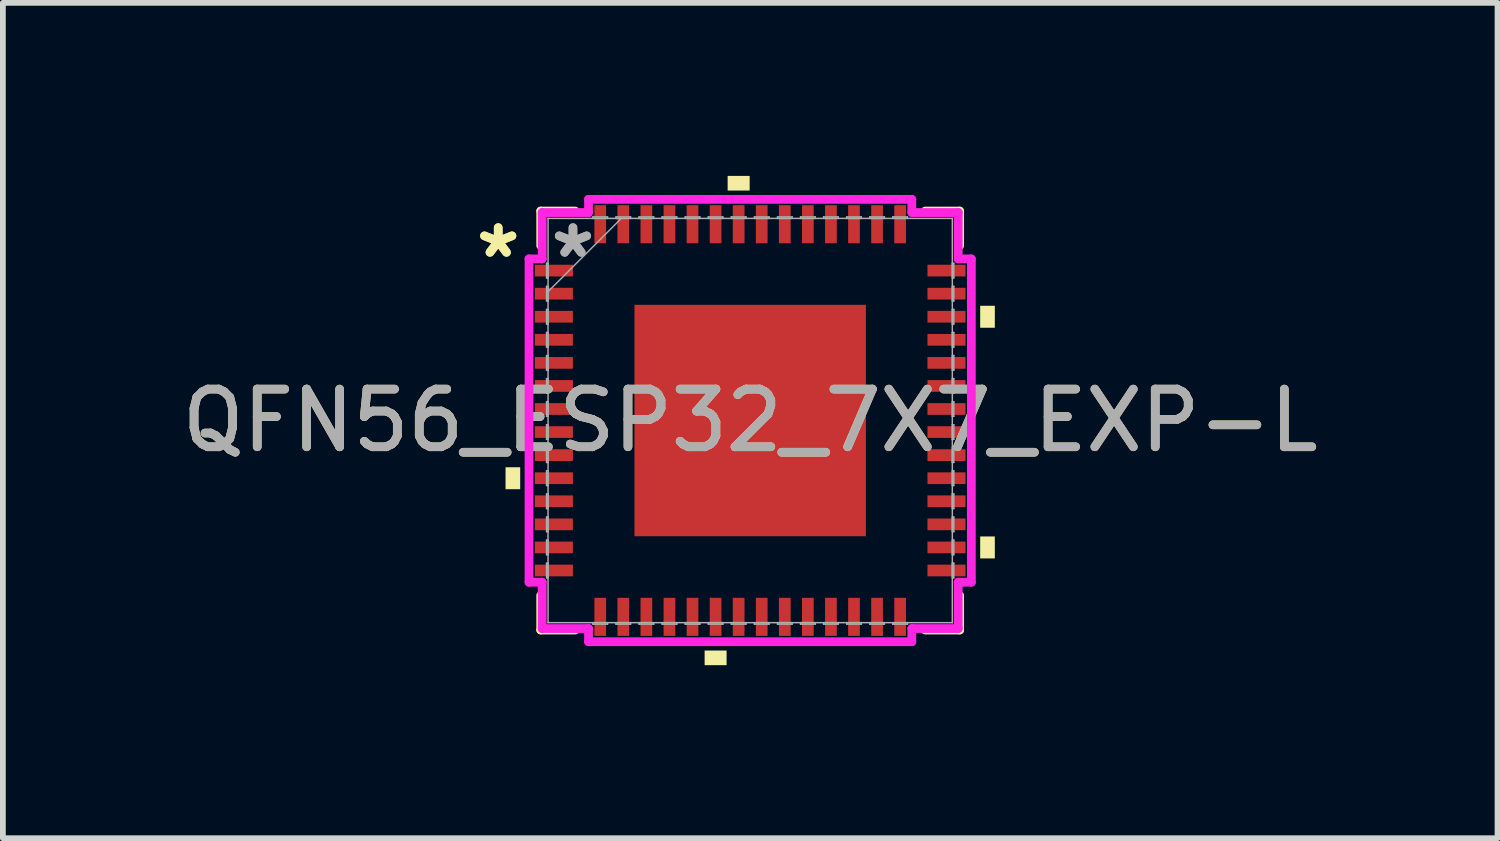
<source format=kicad_pcb>
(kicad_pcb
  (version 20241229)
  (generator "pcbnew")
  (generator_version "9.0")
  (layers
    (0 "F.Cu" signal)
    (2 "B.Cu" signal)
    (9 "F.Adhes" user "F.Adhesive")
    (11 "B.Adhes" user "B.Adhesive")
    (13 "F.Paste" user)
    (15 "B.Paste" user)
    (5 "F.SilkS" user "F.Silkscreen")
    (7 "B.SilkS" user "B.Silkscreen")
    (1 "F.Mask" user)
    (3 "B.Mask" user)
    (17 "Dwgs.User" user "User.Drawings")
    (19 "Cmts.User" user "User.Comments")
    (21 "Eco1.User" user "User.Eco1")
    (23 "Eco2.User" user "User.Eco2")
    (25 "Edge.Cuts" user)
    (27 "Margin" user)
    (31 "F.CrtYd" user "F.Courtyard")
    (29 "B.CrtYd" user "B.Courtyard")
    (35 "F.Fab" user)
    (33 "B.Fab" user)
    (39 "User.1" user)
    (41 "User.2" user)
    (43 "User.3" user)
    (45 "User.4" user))
  (footprint "QFN56_ESP32_7X7_EXP-L"
    (layer "F.Cu")
    (at 9.958 4.242)
    (property "Reference" "QFN56_ESP32_7X7_EXP-L" (at 0 0 0) (unlocked yes) (layer "F.SilkS") (effects (font (size 1 1) (thickness 0.15))))
    (attr smd)
    (fp_line (start -3.632 -3.632) (end -3.632 -3.034) (stroke (width 0.152) (type solid)) (layer "F.SilkS"))
    (fp_line (start -3.632 3.034) (end -3.632 3.632) (stroke (width 0.152) (type solid)) (layer "F.SilkS"))
    (fp_line (start -3.632 3.632) (end -3.034 3.632) (stroke (width 0.152) (type solid)) (layer "F.SilkS"))
    (fp_line (start -3.034 -3.632) (end -3.632 -3.632) (stroke (width 0.152) (type solid)) (layer "F.SilkS"))
    (fp_line (start 3.034 3.632) (end 3.632 3.632) (stroke (width 0.152) (type solid)) (layer "F.SilkS"))
    (fp_line (start 3.632 -3.632) (end 3.034 -3.632) (stroke (width 0.152) (type solid)) (layer "F.SilkS"))
    (fp_line (start 3.632 -3.034) (end 3.632 -3.632) (stroke (width 0.152) (type solid)) (layer "F.SilkS"))
    (fp_line (start 3.632 3.632) (end 3.632 3.034) (stroke (width 0.152) (type solid)) (layer "F.SilkS"))
    (fp_poly (pts (xy -4.242 0.81) (xy -4.242 1.191) (xy -3.988 1.191) (xy -3.988 0.81)) (stroke (width 0) (type solid)) (fill yes) (layer "F.SilkS"))
    (fp_poly (pts (xy -0.79 3.988) (xy -0.79 4.242) (xy -0.409 4.242) (xy -0.409 3.988)) (stroke (width 0) (type solid)) (fill yes) (layer "F.SilkS"))
    (fp_poly (pts (xy -0.391 -3.988) (xy -0.391 -4.242) (xy -0.009 -4.242) (xy -0.009 -3.988)) (stroke (width 0) (type solid)) (fill yes) (layer "F.SilkS"))
    (fp_poly (pts (xy 4.242 -1.99) (xy 4.242 -1.609) (xy 3.988 -1.609) (xy 3.988 -1.99)) (stroke (width 0) (type solid)) (fill yes) (layer "F.SilkS"))
    (fp_poly (pts (xy 4.242 2.01) (xy 4.242 2.391) (xy 3.988 2.391) (xy 3.988 2.01)) (stroke (width 0) (type solid)) (fill yes) (layer "F.SilkS"))
    (fp_poly (pts (xy -1.907 -1.907) (xy -1.907 -0.769) (xy -0.769 -0.769) (xy -0.769 -1.907)) (stroke (width 0) (type solid)) (fill yes) (layer "F.Paste"))
    (fp_poly (pts (xy -1.907 -0.569) (xy -1.907 0.569) (xy -0.769 0.569) (xy -0.769 -0.569)) (stroke (width 0) (type solid)) (fill yes) (layer "F.Paste"))
    (fp_poly (pts (xy -1.907 0.769) (xy -1.907 1.907) (xy -0.769 1.907) (xy -0.769 0.769)) (stroke (width 0) (type solid)) (fill yes) (layer "F.Paste"))
    (fp_poly (pts (xy -0.569 -1.907) (xy -0.569 -0.769) (xy 0.569 -0.769) (xy 0.569 -1.907)) (stroke (width 0) (type solid)) (fill yes) (layer "F.Paste"))
    (fp_poly (pts (xy -0.569 -0.569) (xy -0.569 0.569) (xy 0.569 0.569) (xy 0.569 -0.569)) (stroke (width 0) (type solid)) (fill yes) (layer "F.Paste"))
    (fp_poly (pts (xy -0.569 0.769) (xy -0.569 1.907) (xy 0.569 1.907) (xy 0.569 0.769)) (stroke (width 0) (type solid)) (fill yes) (layer "F.Paste"))
    (fp_poly (pts (xy 0.769 -1.907) (xy 0.769 -0.769) (xy 1.907 -0.769) (xy 1.907 -1.907)) (stroke (width 0) (type solid)) (fill yes) (layer "F.Paste"))
    (fp_poly (pts (xy 0.769 -0.569) (xy 0.769 0.569) (xy 1.907 0.569) (xy 1.907 -0.569)) (stroke (width 0) (type solid)) (fill yes) (layer "F.Paste"))
    (fp_poly (pts (xy 0.769 0.769) (xy 0.769 1.907) (xy 1.907 1.907) (xy 1.907 0.769)) (stroke (width 0) (type solid)) (fill yes) (layer "F.Paste"))
    (fp_line (start -3.835 -2.803) (end -3.607 -2.803) (stroke (width 0.152) (type solid)) (layer "F.CrtYd"))
    (fp_line (start -3.835 2.803) (end -3.835 -2.803) (stroke (width 0.152) (type solid)) (layer "F.CrtYd"))
    (fp_line (start -3.607 -3.607) (end -2.803 -3.607) (stroke (width 0.152) (type solid)) (layer "F.CrtYd"))
    (fp_line (start -3.607 -2.803) (end -3.607 -3.607) (stroke (width 0.152) (type solid)) (layer "F.CrtYd"))
    (fp_line (start -3.607 2.803) (end -3.835 2.803) (stroke (width 0.152) (type solid)) (layer "F.CrtYd"))
    (fp_line (start -3.607 3.607) (end -3.607 2.803) (stroke (width 0.152) (type solid)) (layer "F.CrtYd"))
    (fp_line (start -2.803 -3.835) (end 2.803 -3.835) (stroke (width 0.152) (type solid)) (layer "F.CrtYd"))
    (fp_line (start -2.803 -3.607) (end -2.803 -3.835) (stroke (width 0.152) (type solid)) (layer "F.CrtYd"))
    (fp_line (start -2.803 3.607) (end -3.607 3.607) (stroke (width 0.152) (type solid)) (layer "F.CrtYd"))
    (fp_line (start -2.803 3.835) (end -2.803 3.607) (stroke (width 0.152) (type solid)) (layer "F.CrtYd"))
    (fp_line (start 2.803 -3.835) (end 2.803 -3.607) (stroke (width 0.152) (type solid)) (layer "F.CrtYd"))
    (fp_line (start 2.803 -3.607) (end 3.607 -3.607) (stroke (width 0.152) (type solid)) (layer "F.CrtYd"))
    (fp_line (start 2.803 3.607) (end 2.803 3.835) (stroke (width 0.152) (type solid)) (layer "F.CrtYd"))
    (fp_line (start 2.803 3.835) (end -2.803 3.835) (stroke (width 0.152) (type solid)) (layer "F.CrtYd"))
    (fp_line (start 3.607 -3.607) (end 3.607 -2.803) (stroke (width 0.152) (type solid)) (layer "F.CrtYd"))
    (fp_line (start 3.607 -2.803) (end 3.835 -2.803) (stroke (width 0.152) (type solid)) (layer "F.CrtYd"))
    (fp_line (start 3.607 2.803) (end 3.607 3.607) (stroke (width 0.152) (type solid)) (layer "F.CrtYd"))
    (fp_line (start 3.607 3.607) (end 2.803 3.607) (stroke (width 0.152) (type solid)) (layer "F.CrtYd"))
    (fp_line (start 3.835 -2.803) (end 3.835 2.803) (stroke (width 0.152) (type solid)) (layer "F.CrtYd"))
    (fp_line (start 3.835 2.803) (end 3.607 2.803) (stroke (width 0.152) (type solid)) (layer "F.CrtYd"))
    (fp_line (start -3.531 -2.727) (end -3.531 -2.473) (stroke (width 0.025) (type solid)) (layer "F.Fab"))
    (fp_line (start -3.531 -2.473) (end -3.505 -2.473) (stroke (width 0.025) (type solid)) (layer "F.Fab"))
    (fp_line (start -3.531 -2.327) (end -3.531 -2.073) (stroke (width 0.025) (type solid)) (layer "F.Fab"))
    (fp_line (start -3.531 -2.073) (end -3.505 -2.073) (stroke (width 0.025) (type solid)) (layer "F.Fab"))
    (fp_line (start -3.531 -1.927) (end -3.531 -1.673) (stroke (width 0.025) (type solid)) (layer "F.Fab"))
    (fp_line (start -3.531 -1.673) (end -3.505 -1.673) (stroke (width 0.025) (type solid)) (layer "F.Fab"))
    (fp_line (start -3.531 -1.527) (end -3.531 -1.273) (stroke (width 0.025) (type solid)) (layer "F.Fab"))
    (fp_line (start -3.531 -1.273) (end -3.505 -1.273) (stroke (width 0.025) (type solid)) (layer "F.Fab"))
    (fp_line (start -3.531 -1.127) (end -3.531 -0.873) (stroke (width 0.025) (type solid)) (layer "F.Fab"))
    (fp_line (start -3.531 -0.873) (end -3.505 -0.873) (stroke (width 0.025) (type solid)) (layer "F.Fab"))
    (fp_line (start -3.531 -0.727) (end -3.531 -0.473) (stroke (width 0.025) (type solid)) (layer "F.Fab"))
    (fp_line (start -3.531 -0.473) (end -3.505 -0.473) (stroke (width 0.025) (type solid)) (layer "F.Fab"))
    (fp_line (start -3.531 -0.327) (end -3.531 -0.073) (stroke (width 0.025) (type solid)) (layer "F.Fab"))
    (fp_line (start -3.531 -0.073) (end -3.505 -0.073) (stroke (width 0.025) (type solid)) (layer "F.Fab"))
    (fp_line (start -3.531 0.073) (end -3.531 0.327) (stroke (width 0.025) (type solid)) (layer "F.Fab"))
    (fp_line (start -3.531 0.327) (end -3.505 0.327) (stroke (width 0.025) (type solid)) (layer "F.Fab"))
    (fp_line (start -3.531 0.473) (end -3.531 0.727) (stroke (width 0.025) (type solid)) (layer "F.Fab"))
    (fp_line (start -3.531 0.727) (end -3.505 0.727) (stroke (width 0.025) (type solid)) (layer "F.Fab"))
    (fp_line (start -3.531 0.873) (end -3.531 1.127) (stroke (width 0.025) (type solid)) (layer "F.Fab"))
    (fp_line (start -3.531 1.127) (end -3.505 1.127) (stroke (width 0.025) (type solid)) (layer "F.Fab"))
    (fp_line (start -3.531 1.273) (end -3.531 1.527) (stroke (width 0.025) (type solid)) (layer "F.Fab"))
    (fp_line (start -3.531 1.527) (end -3.505 1.527) (stroke (width 0.025) (type solid)) (layer "F.Fab"))
    (fp_line (start -3.531 1.673) (end -3.531 1.927) (stroke (width 0.025) (type solid)) (layer "F.Fab"))
    (fp_line (start -3.531 1.927) (end -3.505 1.927) (stroke (width 0.025) (type solid)) (layer "F.Fab"))
    (fp_line (start -3.531 2.073) (end -3.531 2.327) (stroke (width 0.025) (type solid)) (layer "F.Fab"))
    (fp_line (start -3.531 2.327) (end -3.505 2.327) (stroke (width 0.025) (type solid)) (layer "F.Fab"))
    (fp_line (start -3.531 2.473) (end -3.531 2.727) (stroke (width 0.025) (type solid)) (layer "F.Fab"))
    (fp_line (start -3.531 2.727) (end -3.505 2.727) (stroke (width 0.025) (type solid)) (layer "F.Fab"))
    (fp_line (start -3.505 -3.505) (end -3.505 -3.505) (stroke (width 0.025) (type solid)) (layer "F.Fab"))
    (fp_line (start -3.505 -3.505) (end -3.505 3.505) (stroke (width 0.025) (type solid)) (layer "F.Fab"))
    (fp_line (start -3.505 -2.727) (end -3.531 -2.727) (stroke (width 0.025) (type solid)) (layer "F.Fab"))
    (fp_line (start -3.505 -2.473) (end -3.505 -2.727) (stroke (width 0.025) (type solid)) (layer "F.Fab"))
    (fp_line (start -3.505 -2.327) (end -3.531 -2.327) (stroke (width 0.025) (type solid)) (layer "F.Fab"))
    (fp_line (start -3.505 -2.235) (end -2.235 -3.505) (stroke (width 0.025) (type solid)) (layer "F.Fab"))
    (fp_line (start -3.505 -2.073) (end -3.505 -2.327) (stroke (width 0.025) (type solid)) (layer "F.Fab"))
    (fp_line (start -3.505 -1.927) (end -3.531 -1.927) (stroke (width 0.025) (type solid)) (layer "F.Fab"))
    (fp_line (start -3.505 -1.673) (end -3.505 -1.927) (stroke (width 0.025) (type solid)) (layer "F.Fab"))
    (fp_line (start -3.505 -1.527) (end -3.531 -1.527) (stroke (width 0.025) (type solid)) (layer "F.Fab"))
    (fp_line (start -3.505 -1.273) (end -3.505 -1.527) (stroke (width 0.025) (type solid)) (layer "F.Fab"))
    (fp_line (start -3.505 -1.127) (end -3.531 -1.127) (stroke (width 0.025) (type solid)) (layer "F.Fab"))
    (fp_line (start -3.505 -0.873) (end -3.505 -1.127) (stroke (width 0.025) (type solid)) (layer "F.Fab"))
    (fp_line (start -3.505 -0.727) (end -3.531 -0.727) (stroke (width 0.025) (type solid)) (layer "F.Fab"))
    (fp_line (start -3.505 -0.473) (end -3.505 -0.727) (stroke (width 0.025) (type solid)) (layer "F.Fab"))
    (fp_line (start -3.505 -0.327) (end -3.531 -0.327) (stroke (width 0.025) (type solid)) (layer "F.Fab"))
    (fp_line (start -3.505 -0.073) (end -3.505 -0.327) (stroke (width 0.025) (type solid)) (layer "F.Fab"))
    (fp_line (start -3.505 0.073) (end -3.531 0.073) (stroke (width 0.025) (type solid)) (layer "F.Fab"))
    (fp_line (start -3.505 0.327) (end -3.505 0.073) (stroke (width 0.025) (type solid)) (layer "F.Fab"))
    (fp_line (start -3.505 0.473) (end -3.531 0.473) (stroke (width 0.025) (type solid)) (layer "F.Fab"))
    (fp_line (start -3.505 0.727) (end -3.505 0.473) (stroke (width 0.025) (type solid)) (layer "F.Fab"))
    (fp_line (start -3.505 0.873) (end -3.531 0.873) (stroke (width 0.025) (type solid)) (layer "F.Fab"))
    (fp_line (start -3.505 1.127) (end -3.505 0.873) (stroke (width 0.025) (type solid)) (layer "F.Fab"))
    (fp_line (start -3.505 1.273) (end -3.531 1.273) (stroke (width 0.025) (type solid)) (layer "F.Fab"))
    (fp_line (start -3.505 1.527) (end -3.505 1.273) (stroke (width 0.025) (type solid)) (layer "F.Fab"))
    (fp_line (start -3.505 1.673) (end -3.531 1.673) (stroke (width 0.025) (type solid)) (layer "F.Fab"))
    (fp_line (start -3.505 1.927) (end -3.505 1.673) (stroke (width 0.025) (type solid)) (layer "F.Fab"))
    (fp_line (start -3.505 2.073) (end -3.531 2.073) (stroke (width 0.025) (type solid)) (layer "F.Fab"))
    (fp_line (start -3.505 2.327) (end -3.505 2.073) (stroke (width 0.025) (type solid)) (layer "F.Fab"))
    (fp_line (start -3.505 2.473) (end -3.531 2.473) (stroke (width 0.025) (type solid)) (layer "F.Fab"))
    (fp_line (start -3.505 2.727) (end -3.505 2.473) (stroke (width 0.025) (type solid)) (layer "F.Fab"))
    (fp_line (start -3.505 3.505) (end -3.505 3.505) (stroke (width 0.025) (type solid)) (layer "F.Fab"))
    (fp_line (start -3.505 3.505) (end 3.505 3.505) (stroke (width 0.025) (type solid)) (layer "F.Fab"))
    (fp_line (start -2.727 -3.531) (end -2.727 -3.505) (stroke (width 0.025) (type solid)) (layer "F.Fab"))
    (fp_line (start -2.727 -3.505) (end -2.473 -3.505) (stroke (width 0.025) (type solid)) (layer "F.Fab"))
    (fp_line (start -2.727 3.505) (end -2.727 3.531) (stroke (width 0.025) (type solid)) (layer "F.Fab"))
    (fp_line (start -2.727 3.531) (end -2.473 3.531) (stroke (width 0.025) (type solid)) (layer "F.Fab"))
    (fp_line (start -2.473 -3.531) (end -2.727 -3.531) (stroke (width 0.025) (type solid)) (layer "F.Fab"))
    (fp_line (start -2.473 -3.505) (end -2.473 -3.531) (stroke (width 0.025) (type solid)) (layer "F.Fab"))
    (fp_line (start -2.473 3.505) (end -2.727 3.505) (stroke (width 0.025) (type solid)) (layer "F.Fab"))
    (fp_line (start -2.473 3.531) (end -2.473 3.505) (stroke (width 0.025) (type solid)) (layer "F.Fab"))
    (fp_line (start -2.327 -3.531) (end -2.327 -3.505) (stroke (width 0.025) (type solid)) (layer "F.Fab"))
    (fp_line (start -2.327 -3.505) (end -2.073 -3.505) (stroke (width 0.025) (type solid)) (layer "F.Fab"))
    (fp_line (start -2.327 3.505) (end -2.327 3.531) (stroke (width 0.025) (type solid)) (layer "F.Fab"))
    (fp_line (start -2.327 3.531) (end -2.073 3.531) (stroke (width 0.025) (type solid)) (layer "F.Fab"))
    (fp_line (start -2.073 -3.531) (end -2.327 -3.531) (stroke (width 0.025) (type solid)) (layer "F.Fab"))
    (fp_line (start -2.073 -3.505) (end -2.073 -3.531) (stroke (width 0.025) (type solid)) (layer "F.Fab"))
    (fp_line (start -2.073 3.505) (end -2.327 3.505) (stroke (width 0.025) (type solid)) (layer "F.Fab"))
    (fp_line (start -2.073 3.531) (end -2.073 3.505) (stroke (width 0.025) (type solid)) (layer "F.Fab"))
    (fp_line (start -1.927 -3.531) (end -1.927 -3.505) (stroke (width 0.025) (type solid)) (layer "F.Fab"))
    (fp_line (start -1.927 -3.505) (end -1.673 -3.505) (stroke (width 0.025) (type solid)) (layer "F.Fab"))
    (fp_line (start -1.927 3.505) (end -1.927 3.531) (stroke (width 0.025) (type solid)) (layer "F.Fab"))
    (fp_line (start -1.927 3.531) (end -1.673 3.531) (stroke (width 0.025) (type solid)) (layer "F.Fab"))
    (fp_line (start -1.673 -3.531) (end -1.927 -3.531) (stroke (width 0.025) (type solid)) (layer "F.Fab"))
    (fp_line (start -1.673 -3.505) (end -1.673 -3.531) (stroke (width 0.025) (type solid)) (layer "F.Fab"))
    (fp_line (start -1.673 3.505) (end -1.927 3.505) (stroke (width 0.025) (type solid)) (layer "F.Fab"))
    (fp_line (start -1.673 3.531) (end -1.673 3.505) (stroke (width 0.025) (type solid)) (layer "F.Fab"))
    (fp_line (start -1.527 -3.531) (end -1.527 -3.505) (stroke (width 0.025) (type solid)) (layer "F.Fab"))
    (fp_line (start -1.527 -3.505) (end -1.273 -3.505) (stroke (width 0.025) (type solid)) (layer "F.Fab"))
    (fp_line (start -1.527 3.505) (end -1.527 3.531) (stroke (width 0.025) (type solid)) (layer "F.Fab"))
    (fp_line (start -1.527 3.531) (end -1.273 3.531) (stroke (width 0.025) (type solid)) (layer "F.Fab"))
    (fp_line (start -1.273 -3.531) (end -1.527 -3.531) (stroke (width 0.025) (type solid)) (layer "F.Fab"))
    (fp_line (start -1.273 -3.505) (end -1.273 -3.531) (stroke (width 0.025) (type solid)) (layer "F.Fab"))
    (fp_line (start -1.273 3.505) (end -1.527 3.505) (stroke (width 0.025) (type solid)) (layer "F.Fab"))
    (fp_line (start -1.273 3.531) (end -1.273 3.505) (stroke (width 0.025) (type solid)) (layer "F.Fab"))
    (fp_line (start -1.127 -3.531) (end -1.127 -3.505) (stroke (width 0.025) (type solid)) (layer "F.Fab"))
    (fp_line (start -1.127 -3.505) (end -0.873 -3.505) (stroke (width 0.025) (type solid)) (layer "F.Fab"))
    (fp_line (start -1.127 3.505) (end -1.127 3.531) (stroke (width 0.025) (type solid)) (layer "F.Fab"))
    (fp_line (start -1.127 3.531) (end -0.873 3.531) (stroke (width 0.025) (type solid)) (layer "F.Fab"))
    (fp_line (start -0.873 -3.531) (end -1.127 -3.531) (stroke (width 0.025) (type solid)) (layer "F.Fab"))
    (fp_line (start -0.873 -3.505) (end -0.873 -3.531) (stroke (width 0.025) (type solid)) (layer "F.Fab"))
    (fp_line (start -0.873 3.505) (end -1.127 3.505) (stroke (width 0.025) (type solid)) (layer "F.Fab"))
    (fp_line (start -0.873 3.531) (end -0.873 3.505) (stroke (width 0.025) (type solid)) (layer "F.Fab"))
    (fp_line (start -0.727 -3.531) (end -0.727 -3.505) (stroke (width 0.025) (type solid)) (layer "F.Fab"))
    (fp_line (start -0.727 -3.505) (end -0.473 -3.505) (stroke (width 0.025) (type solid)) (layer "F.Fab"))
    (fp_line (start -0.727 3.505) (end -0.727 3.531) (stroke (width 0.025) (type solid)) (layer "F.Fab"))
    (fp_line (start -0.727 3.531) (end -0.473 3.531) (stroke (width 0.025) (type solid)) (layer "F.Fab"))
    (fp_line (start -0.473 -3.531) (end -0.727 -3.531) (stroke (width 0.025) (type solid)) (layer "F.Fab"))
    (fp_line (start -0.473 -3.505) (end -0.473 -3.531) (stroke (width 0.025) (type solid)) (layer "F.Fab"))
    (fp_line (start -0.473 3.505) (end -0.727 3.505) (stroke (width 0.025) (type solid)) (layer "F.Fab"))
    (fp_line (start -0.473 3.531) (end -0.473 3.505) (stroke (width 0.025) (type solid)) (layer "F.Fab"))
    (fp_line (start -0.327 -3.531) (end -0.327 -3.505) (stroke (width 0.025) (type solid)) (layer "F.Fab"))
    (fp_line (start -0.327 -3.505) (end -0.073 -3.505) (stroke (width 0.025) (type solid)) (layer "F.Fab"))
    (fp_line (start -0.327 3.505) (end -0.327 3.531) (stroke (width 0.025) (type solid)) (layer "F.Fab"))
    (fp_line (start -0.327 3.531) (end -0.073 3.531) (stroke (width 0.025) (type solid)) (layer "F.Fab"))
    (fp_line (start -0.073 -3.531) (end -0.327 -3.531) (stroke (width 0.025) (type solid)) (layer "F.Fab"))
    (fp_line (start -0.073 -3.505) (end -0.073 -3.531) (stroke (width 0.025) (type solid)) (layer "F.Fab"))
    (fp_line (start -0.073 3.505) (end -0.327 3.505) (stroke (width 0.025) (type solid)) (layer "F.Fab"))
    (fp_line (start -0.073 3.531) (end -0.073 3.505) (stroke (width 0.025) (type solid)) (layer "F.Fab"))
    (fp_line (start 0.073 -3.531) (end 0.073 -3.505) (stroke (width 0.025) (type solid)) (layer "F.Fab"))
    (fp_line (start 0.073 -3.505) (end 0.327 -3.505) (stroke (width 0.025) (type solid)) (layer "F.Fab"))
    (fp_line (start 0.073 3.505) (end 0.073 3.531) (stroke (width 0.025) (type solid)) (layer "F.Fab"))
    (fp_line (start 0.073 3.531) (end 0.327 3.531) (stroke (width 0.025) (type solid)) (layer "F.Fab"))
    (fp_line (start 0.327 -3.531) (end 0.073 -3.531) (stroke (width 0.025) (type solid)) (layer "F.Fab"))
    (fp_line (start 0.327 -3.505) (end 0.327 -3.531) (stroke (width 0.025) (type solid)) (layer "F.Fab"))
    (fp_line (start 0.327 3.505) (end 0.073 3.505) (stroke (width 0.025) (type solid)) (layer "F.Fab"))
    (fp_line (start 0.327 3.531) (end 0.327 3.505) (stroke (width 0.025) (type solid)) (layer "F.Fab"))
    (fp_line (start 0.473 -3.531) (end 0.473 -3.505) (stroke (width 0.025) (type solid)) (layer "F.Fab"))
    (fp_line (start 0.473 -3.505) (end 0.727 -3.505) (stroke (width 0.025) (type solid)) (layer "F.Fab"))
    (fp_line (start 0.473 3.505) (end 0.473 3.531) (stroke (width 0.025) (type solid)) (layer "F.Fab"))
    (fp_line (start 0.473 3.531) (end 0.727 3.531) (stroke (width 0.025) (type solid)) (layer "F.Fab"))
    (fp_line (start 0.727 -3.531) (end 0.473 -3.531) (stroke (width 0.025) (type solid)) (layer "F.Fab"))
    (fp_line (start 0.727 -3.505) (end 0.727 -3.531) (stroke (width 0.025) (type solid)) (layer "F.Fab"))
    (fp_line (start 0.727 3.505) (end 0.473 3.505) (stroke (width 0.025) (type solid)) (layer "F.Fab"))
    (fp_line (start 0.727 3.531) (end 0.727 3.505) (stroke (width 0.025) (type solid)) (layer "F.Fab"))
    (fp_line (start 0.873 -3.531) (end 0.873 -3.505) (stroke (width 0.025) (type solid)) (layer "F.Fab"))
    (fp_line (start 0.873 -3.505) (end 1.127 -3.505) (stroke (width 0.025) (type solid)) (layer "F.Fab"))
    (fp_line (start 0.873 3.505) (end 0.873 3.531) (stroke (width 0.025) (type solid)) (layer "F.Fab"))
    (fp_line (start 0.873 3.531) (end 1.127 3.531) (stroke (width 0.025) (type solid)) (layer "F.Fab"))
    (fp_line (start 1.127 -3.531) (end 0.873 -3.531) (stroke (width 0.025) (type solid)) (layer "F.Fab"))
    (fp_line (start 1.127 -3.505) (end 1.127 -3.531) (stroke (width 0.025) (type solid)) (layer "F.Fab"))
    (fp_line (start 1.127 3.505) (end 0.873 3.505) (stroke (width 0.025) (type solid)) (layer "F.Fab"))
    (fp_line (start 1.127 3.531) (end 1.127 3.505) (stroke (width 0.025) (type solid)) (layer "F.Fab"))
    (fp_line (start 1.273 -3.531) (end 1.273 -3.505) (stroke (width 0.025) (type solid)) (layer "F.Fab"))
    (fp_line (start 1.273 -3.505) (end 1.527 -3.505) (stroke (width 0.025) (type solid)) (layer "F.Fab"))
    (fp_line (start 1.273 3.505) (end 1.273 3.531) (stroke (width 0.025) (type solid)) (layer "F.Fab"))
    (fp_line (start 1.273 3.531) (end 1.527 3.531) (stroke (width 0.025) (type solid)) (layer "F.Fab"))
    (fp_line (start 1.527 -3.531) (end 1.273 -3.531) (stroke (width 0.025) (type solid)) (layer "F.Fab"))
    (fp_line (start 1.527 -3.505) (end 1.527 -3.531) (stroke (width 0.025) (type solid)) (layer "F.Fab"))
    (fp_line (start 1.527 3.505) (end 1.273 3.505) (stroke (width 0.025) (type solid)) (layer "F.Fab"))
    (fp_line (start 1.527 3.531) (end 1.527 3.505) (stroke (width 0.025) (type solid)) (layer "F.Fab"))
    (fp_line (start 1.673 -3.531) (end 1.673 -3.505) (stroke (width 0.025) (type solid)) (layer "F.Fab"))
    (fp_line (start 1.673 -3.505) (end 1.927 -3.505) (stroke (width 0.025) (type solid)) (layer "F.Fab"))
    (fp_line (start 1.673 3.505) (end 1.673 3.531) (stroke (width 0.025) (type solid)) (layer "F.Fab"))
    (fp_line (start 1.673 3.531) (end 1.927 3.531) (stroke (width 0.025) (type solid)) (layer "F.Fab"))
    (fp_line (start 1.927 -3.531) (end 1.673 -3.531) (stroke (width 0.025) (type solid)) (layer "F.Fab"))
    (fp_line (start 1.927 -3.505) (end 1.927 -3.531) (stroke (width 0.025) (type solid)) (layer "F.Fab"))
    (fp_line (start 1.927 3.505) (end 1.673 3.505) (stroke (width 0.025) (type solid)) (layer "F.Fab"))
    (fp_line (start 1.927 3.531) (end 1.927 3.505) (stroke (width 0.025) (type solid)) (layer "F.Fab"))
    (fp_line (start 2.073 -3.531) (end 2.073 -3.505) (stroke (width 0.025) (type solid)) (layer "F.Fab"))
    (fp_line (start 2.073 -3.505) (end 2.327 -3.505) (stroke (width 0.025) (type solid)) (layer "F.Fab"))
    (fp_line (start 2.073 3.505) (end 2.073 3.531) (stroke (width 0.025) (type solid)) (layer "F.Fab"))
    (fp_line (start 2.073 3.531) (end 2.327 3.531) (stroke (width 0.025) (type solid)) (layer "F.Fab"))
    (fp_line (start 2.327 -3.531) (end 2.073 -3.531) (stroke (width 0.025) (type solid)) (layer "F.Fab"))
    (fp_line (start 2.327 -3.505) (end 2.327 -3.531) (stroke (width 0.025) (type solid)) (layer "F.Fab"))
    (fp_line (start 2.327 3.505) (end 2.073 3.505) (stroke (width 0.025) (type solid)) (layer "F.Fab"))
    (fp_line (start 2.327 3.531) (end 2.327 3.505) (stroke (width 0.025) (type solid)) (layer "F.Fab"))
    (fp_line (start 2.473 -3.531) (end 2.473 -3.505) (stroke (width 0.025) (type solid)) (layer "F.Fab"))
    (fp_line (start 2.473 -3.505) (end 2.727 -3.505) (stroke (width 0.025) (type solid)) (layer "F.Fab"))
    (fp_line (start 2.473 3.505) (end 2.473 3.531) (stroke (width 0.025) (type solid)) (layer "F.Fab"))
    (fp_line (start 2.473 3.531) (end 2.727 3.531) (stroke (width 0.025) (type solid)) (layer "F.Fab"))
    (fp_line (start 2.727 -3.531) (end 2.473 -3.531) (stroke (width 0.025) (type solid)) (layer "F.Fab"))
    (fp_line (start 2.727 -3.505) (end 2.727 -3.531) (stroke (width 0.025) (type solid)) (layer "F.Fab"))
    (fp_line (start 2.727 3.505) (end 2.473 3.505) (stroke (width 0.025) (type solid)) (layer "F.Fab"))
    (fp_line (start 2.727 3.531) (end 2.727 3.505) (stroke (width 0.025) (type solid)) (layer "F.Fab"))
    (fp_line (start 3.505 -3.505) (end -3.505 -3.505) (stroke (width 0.025) (type solid)) (layer "F.Fab"))
    (fp_line (start 3.505 -3.505) (end 3.505 -3.505) (stroke (width 0.025) (type solid)) (layer "F.Fab"))
    (fp_line (start 3.505 -2.727) (end 3.505 -2.473) (stroke (width 0.025) (type solid)) (layer "F.Fab"))
    (fp_line (start 3.505 -2.473) (end 3.531 -2.473) (stroke (width 0.025) (type solid)) (layer "F.Fab"))
    (fp_line (start 3.505 -2.327) (end 3.505 -2.073) (stroke (width 0.025) (type solid)) (layer "F.Fab"))
    (fp_line (start 3.505 -2.073) (end 3.531 -2.073) (stroke (width 0.025) (type solid)) (layer "F.Fab"))
    (fp_line (start 3.505 -1.927) (end 3.505 -1.673) (stroke (width 0.025) (type solid)) (layer "F.Fab"))
    (fp_line (start 3.505 -1.673) (end 3.531 -1.673) (stroke (width 0.025) (type solid)) (layer "F.Fab"))
    (fp_line (start 3.505 -1.527) (end 3.505 -1.273) (stroke (width 0.025) (type solid)) (layer "F.Fab"))
    (fp_line (start 3.505 -1.273) (end 3.531 -1.273) (stroke (width 0.025) (type solid)) (layer "F.Fab"))
    (fp_line (start 3.505 -1.127) (end 3.505 -0.873) (stroke (width 0.025) (type solid)) (layer "F.Fab"))
    (fp_line (start 3.505 -0.873) (end 3.531 -0.873) (stroke (width 0.025) (type solid)) (layer "F.Fab"))
    (fp_line (start 3.505 -0.727) (end 3.505 -0.473) (stroke (width 0.025) (type solid)) (layer "F.Fab"))
    (fp_line (start 3.505 -0.473) (end 3.531 -0.473) (stroke (width 0.025) (type solid)) (layer "F.Fab"))
    (fp_line (start 3.505 -0.327) (end 3.505 -0.073) (stroke (width 0.025) (type solid)) (layer "F.Fab"))
    (fp_line (start 3.505 -0.073) (end 3.531 -0.073) (stroke (width 0.025) (type solid)) (layer "F.Fab"))
    (fp_line (start 3.505 0.073) (end 3.505 0.327) (stroke (width 0.025) (type solid)) (layer "F.Fab"))
    (fp_line (start 3.505 0.327) (end 3.531 0.327) (stroke (width 0.025) (type solid)) (layer "F.Fab"))
    (fp_line (start 3.505 0.473) (end 3.505 0.727) (stroke (width 0.025) (type solid)) (layer "F.Fab"))
    (fp_line (start 3.505 0.727) (end 3.531 0.727) (stroke (width 0.025) (type solid)) (layer "F.Fab"))
    (fp_line (start 3.505 0.873) (end 3.505 1.127) (stroke (width 0.025) (type solid)) (layer "F.Fab"))
    (fp_line (start 3.505 1.127) (end 3.531 1.127) (stroke (width 0.025) (type solid)) (layer "F.Fab"))
    (fp_line (start 3.505 1.273) (end 3.505 1.527) (stroke (width 0.025) (type solid)) (layer "F.Fab"))
    (fp_line (start 3.505 1.527) (end 3.531 1.527) (stroke (width 0.025) (type solid)) (layer "F.Fab"))
    (fp_line (start 3.505 1.673) (end 3.505 1.927) (stroke (width 0.025) (type solid)) (layer "F.Fab"))
    (fp_line (start 3.505 1.927) (end 3.531 1.927) (stroke (width 0.025) (type solid)) (layer "F.Fab"))
    (fp_line (start 3.505 2.073) (end 3.505 2.327) (stroke (width 0.025) (type solid)) (layer "F.Fab"))
    (fp_line (start 3.505 2.327) (end 3.531 2.327) (stroke (width 0.025) (type solid)) (layer "F.Fab"))
    (fp_line (start 3.505 2.473) (end 3.505 2.727) (stroke (width 0.025) (type solid)) (layer "F.Fab"))
    (fp_line (start 3.505 2.727) (end 3.531 2.727) (stroke (width 0.025) (type solid)) (layer "F.Fab"))
    (fp_line (start 3.505 3.505) (end 3.505 -3.505) (stroke (width 0.025) (type solid)) (layer "F.Fab"))
    (fp_line (start 3.505 3.505) (end 3.505 3.505) (stroke (width 0.025) (type solid)) (layer "F.Fab"))
    (fp_line (start 3.531 -2.727) (end 3.505 -2.727) (stroke (width 0.025) (type solid)) (layer "F.Fab"))
    (fp_line (start 3.531 -2.473) (end 3.531 -2.727) (stroke (width 0.025) (type solid)) (layer "F.Fab"))
    (fp_line (start 3.531 -2.327) (end 3.505 -2.327) (stroke (width 0.025) (type solid)) (layer "F.Fab"))
    (fp_line (start 3.531 -2.073) (end 3.531 -2.327) (stroke (width 0.025) (type solid)) (layer "F.Fab"))
    (fp_line (start 3.531 -1.927) (end 3.505 -1.927) (stroke (width 0.025) (type solid)) (layer "F.Fab"))
    (fp_line (start 3.531 -1.673) (end 3.531 -1.927) (stroke (width 0.025) (type solid)) (layer "F.Fab"))
    (fp_line (start 3.531 -1.527) (end 3.505 -1.527) (stroke (width 0.025) (type solid)) (layer "F.Fab"))
    (fp_line (start 3.531 -1.273) (end 3.531 -1.527) (stroke (width 0.025) (type solid)) (layer "F.Fab"))
    (fp_line (start 3.531 -1.127) (end 3.505 -1.127) (stroke (width 0.025) (type solid)) (layer "F.Fab"))
    (fp_line (start 3.531 -0.873) (end 3.531 -1.127) (stroke (width 0.025) (type solid)) (layer "F.Fab"))
    (fp_line (start 3.531 -0.727) (end 3.505 -0.727) (stroke (width 0.025) (type solid)) (layer "F.Fab"))
    (fp_line (start 3.531 -0.473) (end 3.531 -0.727) (stroke (width 0.025) (type solid)) (layer "F.Fab"))
    (fp_line (start 3.531 -0.327) (end 3.505 -0.327) (stroke (width 0.025) (type solid)) (layer "F.Fab"))
    (fp_line (start 3.531 -0.073) (end 3.531 -0.327) (stroke (width 0.025) (type solid)) (layer "F.Fab"))
    (fp_line (start 3.531 0.073) (end 3.505 0.073) (stroke (width 0.025) (type solid)) (layer "F.Fab"))
    (fp_line (start 3.531 0.327) (end 3.531 0.073) (stroke (width 0.025) (type solid)) (layer "F.Fab"))
    (fp_line (start 3.531 0.473) (end 3.505 0.473) (stroke (width 0.025) (type solid)) (layer "F.Fab"))
    (fp_line (start 3.531 0.727) (end 3.531 0.473) (stroke (width 0.025) (type solid)) (layer "F.Fab"))
    (fp_line (start 3.531 0.873) (end 3.505 0.873) (stroke (width 0.025) (type solid)) (layer "F.Fab"))
    (fp_line (start 3.531 1.127) (end 3.531 0.873) (stroke (width 0.025) (type solid)) (layer "F.Fab"))
    (fp_line (start 3.531 1.273) (end 3.505 1.273) (stroke (width 0.025) (type solid)) (layer "F.Fab"))
    (fp_line (start 3.531 1.527) (end 3.531 1.273) (stroke (width 0.025) (type solid)) (layer "F.Fab"))
    (fp_line (start 3.531 1.673) (end 3.505 1.673) (stroke (width 0.025) (type solid)) (layer "F.Fab"))
    (fp_line (start 3.531 1.927) (end 3.531 1.673) (stroke (width 0.025) (type solid)) (layer "F.Fab"))
    (fp_line (start 3.531 2.073) (end 3.505 2.073) (stroke (width 0.025) (type solid)) (layer "F.Fab"))
    (fp_line (start 3.531 2.327) (end 3.531 2.073) (stroke (width 0.025) (type solid)) (layer "F.Fab"))
    (fp_line (start 3.531 2.473) (end 3.505 2.473) (stroke (width 0.025) (type solid)) (layer "F.Fab"))
    (fp_line (start 3.531 2.727) (end 3.531 2.473) (stroke (width 0.025) (type solid)) (layer "F.Fab"))
    (fp_text user "*" (at -4.369 -2.8 0) (layer "F.SilkS") (effects (font (size 1 1) (thickness 0.15))))
    (fp_text user "*" (at -4.369 -2.8 0) (unlocked yes) (layer "F.SilkS") (effects (font (size 1 1) (thickness 0.15))))
    (fp_text user "*" (at -3.073 -2.8 0) (layer "F.Fab") (effects (font (size 1 1) (thickness 0.15))))
    (fp_text user "${REFERENCE}" (at 0 0 0) (unlocked yes) (layer "F.Fab") (effects (font (size 1 1) (thickness 0.15))))
    (fp_text user "*" (at -3.073 -2.8 0) (unlocked yes) (layer "F.Fab") (effects (font (size 1 1) (thickness 0.15))))
    (pad "1" smd rect (at -3.404 -2.6 90) (size 0.203 0.66) (layers "F.Cu" "F.Mask" "F.Paste"))
    (pad "2" smd rect (at -3.404 -2.2 90) (size 0.203 0.66) (layers "F.Cu" "F.Mask" "F.Paste"))
    (pad "3" smd rect (at -3.404 -1.8 90) (size 0.203 0.66) (layers "F.Cu" "F.Mask" "F.Paste"))
    (pad "4" smd rect (at -3.404 -1.4 90) (size 0.203 0.66) (layers "F.Cu" "F.Mask" "F.Paste"))
    (pad "5" smd rect (at -3.404 -1 90) (size 0.203 0.66) (layers "F.Cu" "F.Mask" "F.Paste"))
    (pad "6" smd rect (at -3.404 -0.6 90) (size 0.203 0.66) (layers "F.Cu" "F.Mask" "F.Paste"))
    (pad "7" smd rect (at -3.404 -0.2 90) (size 0.203 0.66) (layers "F.Cu" "F.Mask" "F.Paste"))
    (pad "8" smd rect (at -3.404 0.2 90) (size 0.203 0.66) (layers "F.Cu" "F.Mask" "F.Paste"))
    (pad "9" smd rect (at -3.404 0.6 90) (size 0.203 0.66) (layers "F.Cu" "F.Mask" "F.Paste"))
    (pad "10" smd rect (at -3.404 1 90) (size 0.203 0.66) (layers "F.Cu" "F.Mask" "F.Paste"))
    (pad "11" smd rect (at -3.404 1.4 90) (size 0.203 0.66) (layers "F.Cu" "F.Mask" "F.Paste"))
    (pad "12" smd rect (at -3.404 1.8 90) (size 0.203 0.66) (layers "F.Cu" "F.Mask" "F.Paste"))
    (pad "13" smd rect (at -3.404 2.2 90) (size 0.203 0.66) (layers "F.Cu" "F.Mask" "F.Paste"))
    (pad "14" smd rect (at -3.404 2.6 90) (size 0.203 0.66) (layers "F.Cu" "F.Mask" "F.Paste"))
    (pad "15" smd rect (at -2.6 3.404) (size 0.203 0.66) (layers "F.Cu" "F.Mask" "F.Paste"))
    (pad "16" smd rect (at -2.2 3.404) (size 0.203 0.66) (layers "F.Cu" "F.Mask" "F.Paste"))
    (pad "17" smd rect (at -1.8 3.404) (size 0.203 0.66) (layers "F.Cu" "F.Mask" "F.Paste"))
    (pad "18" smd rect (at -1.4 3.404) (size 0.203 0.66) (layers "F.Cu" "F.Mask" "F.Paste"))
    (pad "19" smd rect (at -1 3.404) (size 0.203 0.66) (layers "F.Cu" "F.Mask" "F.Paste"))
    (pad "20" smd rect (at -0.6 3.404) (size 0.203 0.66) (layers "F.Cu" "F.Mask" "F.Paste"))
    (pad "21" smd rect (at -0.2 3.404) (size 0.203 0.66) (layers "F.Cu" "F.Mask" "F.Paste"))
    (pad "22" smd rect (at 0.2 3.404) (size 0.203 0.66) (layers "F.Cu" "F.Mask" "F.Paste"))
    (pad "23" smd rect (at 0.6 3.404) (size 0.203 0.66) (layers "F.Cu" "F.Mask" "F.Paste"))
    (pad "24" smd rect (at 1 3.404) (size 0.203 0.66) (layers "F.Cu" "F.Mask" "F.Paste"))
    (pad "25" smd rect (at 1.4 3.404) (size 0.203 0.66) (layers "F.Cu" "F.Mask" "F.Paste"))
    (pad "26" smd rect (at 1.8 3.404) (size 0.203 0.66) (layers "F.Cu" "F.Mask" "F.Paste"))
    (pad "27" smd rect (at 2.2 3.404) (size 0.203 0.66) (layers "F.Cu" "F.Mask" "F.Paste"))
    (pad "28" smd rect (at 2.6 3.404) (size 0.203 0.66) (layers "F.Cu" "F.Mask" "F.Paste"))
    (pad "29" smd rect (at 3.404 2.6 90) (size 0.203 0.66) (layers "F.Cu" "F.Mask" "F.Paste"))
    (pad "30" smd rect (at 3.404 2.2 90) (size 0.203 0.66) (layers "F.Cu" "F.Mask" "F.Paste"))
    (pad "31" smd rect (at 3.404 1.8 90) (size 0.203 0.66) (layers "F.Cu" "F.Mask" "F.Paste"))
    (pad "32" smd rect (at 3.404 1.4 90) (size 0.203 0.66) (layers "F.Cu" "F.Mask" "F.Paste"))
    (pad "33" smd rect (at 3.404 1 90) (size 0.203 0.66) (layers "F.Cu" "F.Mask" "F.Paste"))
    (pad "34" smd rect (at 3.404 0.6 90) (size 0.203 0.66) (layers "F.Cu" "F.Mask" "F.Paste"))
    (pad "35" smd rect (at 3.404 0.2 90) (size 0.203 0.66) (layers "F.Cu" "F.Mask" "F.Paste"))
    (pad "36" smd rect (at 3.404 -0.2 90) (size 0.203 0.66) (layers "F.Cu" "F.Mask" "F.Paste"))
    (pad "37" smd rect (at 3.404 -0.6 90) (size 0.203 0.66) (layers "F.Cu" "F.Mask" "F.Paste"))
    (pad "38" smd rect (at 3.404 -1 90) (size 0.203 0.66) (layers "F.Cu" "F.Mask" "F.Paste"))
    (pad "39" smd rect (at 3.404 -1.4 90) (size 0.203 0.66) (layers "F.Cu" "F.Mask" "F.Paste"))
    (pad "40" smd rect (at 3.404 -1.8 90) (size 0.203 0.66) (layers "F.Cu" "F.Mask" "F.Paste"))
    (pad "41" smd rect (at 3.404 -2.2 90) (size 0.203 0.66) (layers "F.Cu" "F.Mask" "F.Paste"))
    (pad "42" smd rect (at 3.404 -2.6 90) (size 0.203 0.66) (layers "F.Cu" "F.Mask" "F.Paste"))
    (pad "43" smd rect (at 2.6 -3.404) (size 0.203 0.66) (layers "F.Cu" "F.Mask" "F.Paste"))
    (pad "44" smd rect (at 2.2 -3.404) (size 0.203 0.66) (layers "F.Cu" "F.Mask" "F.Paste"))
    (pad "45" smd rect (at 1.8 -3.404) (size 0.203 0.66) (layers "F.Cu" "F.Mask" "F.Paste"))
    (pad "46" smd rect (at 1.4 -3.404) (size 0.203 0.66) (layers "F.Cu" "F.Mask" "F.Paste"))
    (pad "47" smd rect (at 1 -3.404) (size 0.203 0.66) (layers "F.Cu" "F.Mask" "F.Paste"))
    (pad "48" smd rect (at 0.6 -3.404) (size 0.203 0.66) (layers "F.Cu" "F.Mask" "F.Paste"))
    (pad "49" smd rect (at 0.2 -3.404) (size 0.203 0.66) (layers "F.Cu" "F.Mask" "F.Paste"))
    (pad "50" smd rect (at -0.2 -3.404) (size 0.203 0.66) (layers "F.Cu" "F.Mask" "F.Paste"))
    (pad "51" smd rect (at -0.6 -3.404) (size 0.203 0.66) (layers "F.Cu" "F.Mask" "F.Paste"))
    (pad "52" smd rect (at -1 -3.404) (size 0.203 0.66) (layers "F.Cu" "F.Mask" "F.Paste"))
    (pad "53" smd rect (at -1.4 -3.404) (size 0.203 0.66) (layers "F.Cu" "F.Mask" "F.Paste"))
    (pad "54" smd rect (at -1.8 -3.404) (size 0.203 0.66) (layers "F.Cu" "F.Mask" "F.Paste"))
    (pad "55" smd rect (at -2.2 -3.404) (size 0.203 0.66) (layers "F.Cu" "F.Mask" "F.Paste"))
    (pad "56" smd rect (at -2.6 -3.404) (size 0.203 0.66) (layers "F.Cu" "F.Mask" "F.Paste"))
    (pad "57" smd rect (at 0 0) (size 4.013 4.013) (layers "F.Cu" "F.Mask" "F.Paste")))
  (gr_rect
    (start -3 -3)
    (end 22.917 11.484)
    (stroke (width 0.1) (type default))
    (fill no)
    (layer "Edge.Cuts")))
</source>
